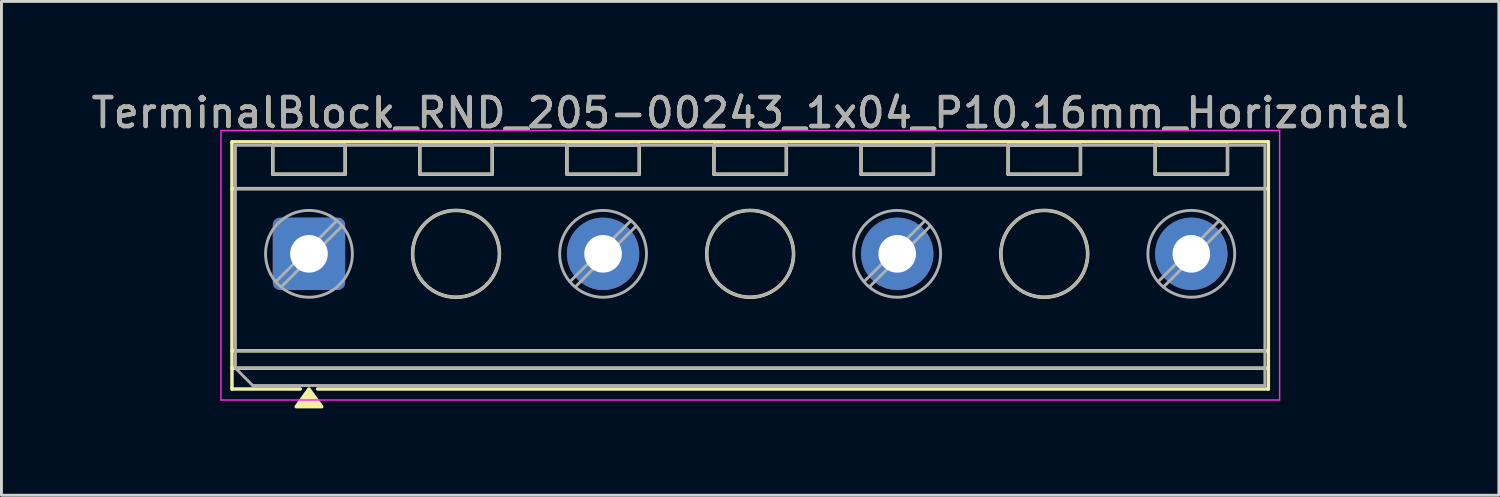
<source format=kicad_pcb>
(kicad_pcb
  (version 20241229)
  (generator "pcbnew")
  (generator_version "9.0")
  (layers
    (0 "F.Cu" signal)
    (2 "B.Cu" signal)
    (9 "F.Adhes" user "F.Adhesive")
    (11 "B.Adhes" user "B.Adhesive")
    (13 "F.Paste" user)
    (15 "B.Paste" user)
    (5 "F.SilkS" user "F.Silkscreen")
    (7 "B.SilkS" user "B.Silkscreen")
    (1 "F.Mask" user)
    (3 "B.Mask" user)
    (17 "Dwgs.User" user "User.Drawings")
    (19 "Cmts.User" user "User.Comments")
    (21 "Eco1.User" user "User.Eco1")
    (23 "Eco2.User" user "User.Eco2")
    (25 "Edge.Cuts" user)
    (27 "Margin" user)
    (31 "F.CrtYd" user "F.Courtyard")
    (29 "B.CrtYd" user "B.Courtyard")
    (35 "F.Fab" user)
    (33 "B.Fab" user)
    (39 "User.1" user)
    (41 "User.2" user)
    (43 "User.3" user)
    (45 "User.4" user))
  (footprint "TerminalBlock_RND_205-00243_1x04_P10.16mm_Horizontal"
    (layer "F.Cu")
    (at 7.623 5.718)
    (property "Reference" "TerminalBlock_RND_205-00243_1x04_P10.16mm_Horizontal" (at 15.24 -4.87 0) (layer "F.SilkS") (effects (font (size 1 1) (thickness 0.15))))
    (attr through_hole)
    (fp_line (start -2.66 -3.87) (end -2.66 4.67) (stroke (width 0.12) (type solid)) (layer "F.SilkS"))
    (fp_line (start -2.66 -3.87) (end 33.14 -3.87) (stroke (width 0.12) (type solid)) (layer "F.SilkS"))
    (fp_line (start -2.66 -2.25) (end 33.14 -2.25) (stroke (width 0.12) (type solid)) (layer "F.SilkS"))
    (fp_line (start -2.66 3.35) (end 33.14 3.35) (stroke (width 0.12) (type solid)) (layer "F.SilkS"))
    (fp_line (start -2.66 3.95) (end 33.14 3.95) (stroke (width 0.12) (type solid)) (layer "F.SilkS"))
    (fp_line (start -2.66 4.67) (end -0.3 4.67) (stroke (width 0.12) (type solid)) (layer "F.SilkS"))
    (fp_line (start -1.25 -3.75) (end -1.25 -2.75) (stroke (width 0.12) (type solid)) (layer "F.SilkS"))
    (fp_line (start -1.25 -3.75) (end 1.25 -3.75) (stroke (width 0.12) (type solid)) (layer "F.SilkS"))
    (fp_line (start -1.25 -2.75) (end 1.25 -2.75) (stroke (width 0.12) (type solid)) (layer "F.SilkS"))
    (fp_line (start 0.3 4.67) (end 33.14 4.67) (stroke (width 0.12) (type solid)) (layer "F.SilkS"))
    (fp_line (start 1.25 -3.75) (end 1.25 -2.75) (stroke (width 0.12) (type solid)) (layer "F.SilkS"))
    (fp_line (start 3.83 -3.75) (end 3.83 -2.75) (stroke (width 0.12) (type solid)) (layer "F.SilkS"))
    (fp_line (start 3.83 -3.75) (end 6.33 -3.75) (stroke (width 0.12) (type solid)) (layer "F.SilkS"))
    (fp_line (start 3.83 -2.75) (end 6.33 -2.75) (stroke (width 0.12) (type solid)) (layer "F.SilkS"))
    (fp_line (start 6.33 -3.75) (end 6.33 -2.75) (stroke (width 0.12) (type solid)) (layer "F.SilkS"))
    (fp_line (start 8.91 -3.75) (end 8.91 -2.75) (stroke (width 0.12) (type solid)) (layer "F.SilkS"))
    (fp_line (start 8.91 -3.75) (end 11.41 -3.75) (stroke (width 0.12) (type solid)) (layer "F.SilkS"))
    (fp_line (start 8.91 -2.75) (end 11.41 -2.75) (stroke (width 0.12) (type solid)) (layer "F.SilkS"))
    (fp_line (start 11.41 -3.75) (end 11.41 -2.75) (stroke (width 0.12) (type solid)) (layer "F.SilkS"))
    (fp_line (start 13.99 -3.75) (end 13.99 -2.75) (stroke (width 0.12) (type solid)) (layer "F.SilkS"))
    (fp_line (start 13.99 -3.75) (end 16.49 -3.75) (stroke (width 0.12) (type solid)) (layer "F.SilkS"))
    (fp_line (start 13.99 -2.75) (end 16.49 -2.75) (stroke (width 0.12) (type solid)) (layer "F.SilkS"))
    (fp_line (start 16.49 -3.75) (end 16.49 -2.75) (stroke (width 0.12) (type solid)) (layer "F.SilkS"))
    (fp_line (start 19.07 -3.75) (end 19.07 -2.75) (stroke (width 0.12) (type solid)) (layer "F.SilkS"))
    (fp_line (start 19.07 -3.75) (end 21.57 -3.75) (stroke (width 0.12) (type solid)) (layer "F.SilkS"))
    (fp_line (start 19.07 -2.75) (end 21.57 -2.75) (stroke (width 0.12) (type solid)) (layer "F.SilkS"))
    (fp_line (start 21.57 -3.75) (end 21.57 -2.75) (stroke (width 0.12) (type solid)) (layer "F.SilkS"))
    (fp_line (start 24.15 -3.75) (end 24.15 -2.75) (stroke (width 0.12) (type solid)) (layer "F.SilkS"))
    (fp_line (start 24.15 -3.75) (end 26.65 -3.75) (stroke (width 0.12) (type solid)) (layer "F.SilkS"))
    (fp_line (start 24.15 -2.75) (end 26.65 -2.75) (stroke (width 0.12) (type solid)) (layer "F.SilkS"))
    (fp_line (start 26.65 -3.75) (end 26.65 -2.75) (stroke (width 0.12) (type solid)) (layer "F.SilkS"))
    (fp_line (start 29.23 -3.75) (end 29.23 -2.75) (stroke (width 0.12) (type solid)) (layer "F.SilkS"))
    (fp_line (start 29.23 -3.75) (end 31.73 -3.75) (stroke (width 0.12) (type solid)) (layer "F.SilkS"))
    (fp_line (start 29.23 -2.75) (end 31.73 -2.75) (stroke (width 0.12) (type solid)) (layer "F.SilkS"))
    (fp_line (start 31.73 -3.75) (end 31.73 -2.75) (stroke (width 0.12) (type solid)) (layer "F.SilkS"))
    (fp_line (start 33.14 -3.87) (end 33.14 4.67) (stroke (width 0.12) (type solid)) (layer "F.SilkS"))
    (fp_circle (center 5.08 0) (end 6.58 0) (stroke (width 0.12) (type solid)) (fill no) (layer "F.SilkS"))
    (fp_circle (center 15.24 0) (end 16.74 0) (stroke (width 0.12) (type solid)) (fill no) (layer "F.SilkS"))
    (fp_circle (center 25.4 0) (end 26.9 0) (stroke (width 0.12) (type solid)) (fill no) (layer "F.SilkS"))
    (fp_poly (pts (xy 0 4.67) (xy 0.44 5.28) (xy -0.44 5.28)) (stroke (width 0.12) (type solid)) (fill yes) (layer "F.SilkS"))
    (fp_line (start -3.04 -4.26) (end -3.04 5.05) (stroke (width 0.05) (type solid)) (layer "F.CrtYd"))
    (fp_line (start -3.04 5.05) (end 33.53 5.05) (stroke (width 0.05) (type solid)) (layer "F.CrtYd"))
    (fp_line (start 33.53 -4.26) (end -3.04 -4.26) (stroke (width 0.05) (type solid)) (layer "F.CrtYd"))
    (fp_line (start 33.53 5.05) (end 33.53 -4.26) (stroke (width 0.05) (type solid)) (layer "F.CrtYd"))
    (fp_line (start -2.54 -3.75) (end 33.02 -3.75) (stroke (width 0.1) (type solid)) (layer "F.Fab"))
    (fp_line (start -2.54 -2.25) (end 33.02 -2.25) (stroke (width 0.1) (type solid)) (layer "F.Fab"))
    (fp_line (start -2.54 3.35) (end 33.02 3.35) (stroke (width 0.1) (type solid)) (layer "F.Fab"))
    (fp_line (start -2.54 3.95) (end -2.54 -3.75) (stroke (width 0.1) (type solid)) (layer "F.Fab"))
    (fp_line (start -2.54 3.95) (end 33.02 3.95) (stroke (width 0.1) (type solid)) (layer "F.Fab"))
    (fp_line (start -1.94 4.55) (end -2.54 3.95) (stroke (width 0.1) (type solid)) (layer "F.Fab"))
    (fp_line (start -1.25 -3.75) (end -1.25 -2.75) (stroke (width 0.1) (type solid)) (layer "F.Fab"))
    (fp_line (start -1.25 -2.75) (end 1.25 -2.75) (stroke (width 0.1) (type solid)) (layer "F.Fab"))
    (fp_line (start 0.955 -1.138) (end -1.138 0.955) (stroke (width 0.1) (type solid)) (layer "F.Fab"))
    (fp_line (start 1.138 -0.955) (end -0.955 1.138) (stroke (width 0.1) (type solid)) (layer "F.Fab"))
    (fp_line (start 1.25 -3.75) (end -1.25 -3.75) (stroke (width 0.1) (type solid)) (layer "F.Fab"))
    (fp_line (start 1.25 -2.75) (end 1.25 -3.75) (stroke (width 0.1) (type solid)) (layer "F.Fab"))
    (fp_line (start 3.83 -3.75) (end 3.83 -2.75) (stroke (width 0.1) (type solid)) (layer "F.Fab"))
    (fp_line (start 3.83 -2.75) (end 6.33 -2.75) (stroke (width 0.1) (type solid)) (layer "F.Fab"))
    (fp_line (start 6.33 -3.75) (end 3.83 -3.75) (stroke (width 0.1) (type solid)) (layer "F.Fab"))
    (fp_line (start 6.33 -2.75) (end 6.33 -3.75) (stroke (width 0.1) (type solid)) (layer "F.Fab"))
    (fp_line (start 8.91 -3.75) (end 8.91 -2.75) (stroke (width 0.1) (type solid)) (layer "F.Fab"))
    (fp_line (start 8.91 -2.75) (end 11.41 -2.75) (stroke (width 0.1) (type solid)) (layer "F.Fab"))
    (fp_line (start 11.115 -1.138) (end 9.022 0.955) (stroke (width 0.1) (type solid)) (layer "F.Fab"))
    (fp_line (start 11.298 -0.955) (end 9.205 1.138) (stroke (width 0.1) (type solid)) (layer "F.Fab"))
    (fp_line (start 11.41 -3.75) (end 8.91 -3.75) (stroke (width 0.1) (type solid)) (layer "F.Fab"))
    (fp_line (start 11.41 -2.75) (end 11.41 -3.75) (stroke (width 0.1) (type solid)) (layer "F.Fab"))
    (fp_line (start 13.99 -3.75) (end 13.99 -2.75) (stroke (width 0.1) (type solid)) (layer "F.Fab"))
    (fp_line (start 13.99 -2.75) (end 16.49 -2.75) (stroke (width 0.1) (type solid)) (layer "F.Fab"))
    (fp_line (start 16.49 -3.75) (end 13.99 -3.75) (stroke (width 0.1) (type solid)) (layer "F.Fab"))
    (fp_line (start 16.49 -2.75) (end 16.49 -3.75) (stroke (width 0.1) (type solid)) (layer "F.Fab"))
    (fp_line (start 19.07 -3.75) (end 19.07 -2.75) (stroke (width 0.1) (type solid)) (layer "F.Fab"))
    (fp_line (start 19.07 -2.75) (end 21.57 -2.75) (stroke (width 0.1) (type solid)) (layer "F.Fab"))
    (fp_line (start 21.275 -1.138) (end 19.182 0.955) (stroke (width 0.1) (type solid)) (layer "F.Fab"))
    (fp_line (start 21.458 -0.955) (end 19.365 1.138) (stroke (width 0.1) (type solid)) (layer "F.Fab"))
    (fp_line (start 21.57 -3.75) (end 19.07 -3.75) (stroke (width 0.1) (type solid)) (layer "F.Fab"))
    (fp_line (start 21.57 -2.75) (end 21.57 -3.75) (stroke (width 0.1) (type solid)) (layer "F.Fab"))
    (fp_line (start 24.15 -3.75) (end 24.15 -2.75) (stroke (width 0.1) (type solid)) (layer "F.Fab"))
    (fp_line (start 24.15 -2.75) (end 26.65 -2.75) (stroke (width 0.1) (type solid)) (layer "F.Fab"))
    (fp_line (start 26.65 -3.75) (end 24.15 -3.75) (stroke (width 0.1) (type solid)) (layer "F.Fab"))
    (fp_line (start 26.65 -2.75) (end 26.65 -3.75) (stroke (width 0.1) (type solid)) (layer "F.Fab"))
    (fp_line (start 29.23 -3.75) (end 29.23 -2.75) (stroke (width 0.1) (type solid)) (layer "F.Fab"))
    (fp_line (start 29.23 -2.75) (end 31.73 -2.75) (stroke (width 0.1) (type solid)) (layer "F.Fab"))
    (fp_line (start 31.435 -1.138) (end 29.342 0.955) (stroke (width 0.1) (type solid)) (layer "F.Fab"))
    (fp_line (start 31.618 -0.955) (end 29.525 1.138) (stroke (width 0.1) (type solid)) (layer "F.Fab"))
    (fp_line (start 31.73 -3.75) (end 29.23 -3.75) (stroke (width 0.1) (type solid)) (layer "F.Fab"))
    (fp_line (start 31.73 -2.75) (end 31.73 -3.75) (stroke (width 0.1) (type solid)) (layer "F.Fab"))
    (fp_line (start 33.02 -3.75) (end 33.02 4.55) (stroke (width 0.1) (type solid)) (layer "F.Fab"))
    (fp_line (start 33.02 4.55) (end -1.94 4.55) (stroke (width 0.1) (type solid)) (layer "F.Fab"))
    (fp_circle (center 0 0) (end 1.5 0) (stroke (width 0.1) (type solid)) (fill no) (layer "F.Fab"))
    (fp_circle (center 5.08 0) (end 6.58 0) (stroke (width 0.1) (type solid)) (fill no) (layer "F.Fab"))
    (fp_circle (center 10.16 0) (end 11.66 0) (stroke (width 0.1) (type solid)) (fill no) (layer "F.Fab"))
    (fp_circle (center 15.24 0) (end 16.74 0) (stroke (width 0.1) (type solid)) (fill no) (layer "F.Fab"))
    (fp_circle (center 20.32 0) (end 21.82 0) (stroke (width 0.1) (type solid)) (fill no) (layer "F.Fab"))
    (fp_circle (center 25.4 0) (end 26.9 0) (stroke (width 0.1) (type solid)) (fill no) (layer "F.Fab"))
    (fp_circle (center 30.48 0) (end 31.98 0) (stroke (width 0.1) (type solid)) (fill no) (layer "F.Fab"))
    (fp_text user "${REFERENCE}" (at 15.24 -4.87 0) (layer "F.Fab") (effects (font (size 1 1) (thickness 0.15))))
    (pad "1" thru_hole roundrect (at 0 0) (size 2.5 2.5) (drill 1.3) (layers "*.Cu" "*.Mask") (roundrect_rratio 0.1))
    (pad "2" thru_hole circle (at 10.16 0) (size 2.5 2.5) (drill 1.3) (layers "*.Cu" "*.Mask"))
    (pad "3" thru_hole circle (at 20.32 0) (size 2.5 2.5) (drill 1.3) (layers "*.Cu" "*.Mask"))
    (pad "4" thru_hole circle (at 30.48 0) (size 2.5 2.5) (drill 1.3) (layers "*.Cu" "*.Mask")))
  (gr_rect
    (start -3 -3)
    (end 48.726 14.058)
    (stroke (width 0.1) (type default))
    (fill no)
    (layer "Edge.Cuts")))
</source>
